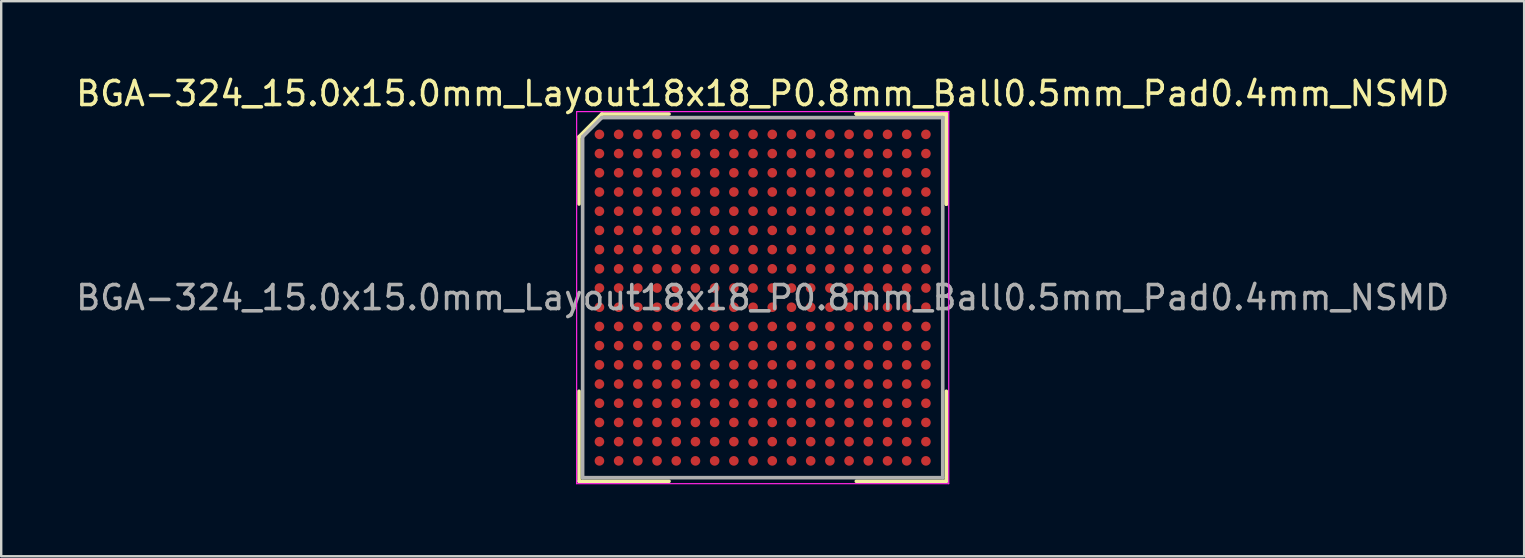
<source format=kicad_pcb>
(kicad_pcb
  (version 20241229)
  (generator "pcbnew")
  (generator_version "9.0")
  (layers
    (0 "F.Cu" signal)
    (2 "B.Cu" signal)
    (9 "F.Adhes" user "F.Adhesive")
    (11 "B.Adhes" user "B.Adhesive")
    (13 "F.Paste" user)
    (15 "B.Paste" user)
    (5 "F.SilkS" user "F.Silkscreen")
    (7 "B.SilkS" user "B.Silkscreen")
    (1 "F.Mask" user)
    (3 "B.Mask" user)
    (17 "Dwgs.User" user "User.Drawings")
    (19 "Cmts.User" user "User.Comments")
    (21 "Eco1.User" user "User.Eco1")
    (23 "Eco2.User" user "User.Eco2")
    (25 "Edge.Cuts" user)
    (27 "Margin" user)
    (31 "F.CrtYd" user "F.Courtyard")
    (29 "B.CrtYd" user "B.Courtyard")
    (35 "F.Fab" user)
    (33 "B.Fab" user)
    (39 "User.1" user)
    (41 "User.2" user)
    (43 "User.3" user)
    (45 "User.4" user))
  (footprint "BGA-324_15.0x15.0mm_Layout18x18_P0.8mm_Ball0.5mm_Pad0.4mm_NSMD"
    (layer "F.Cu")
    (at 28.72 9.348)
    (property "Reference" "BGA-324_15.0x15.0mm_Layout18x18_P0.8mm_Ball0.5mm_Pad0.4mm_NSMD" (at 0 -8.5 0) (layer "F.SilkS") (effects (font (size 1 1) (thickness 0.15))))
    (attr smd)
    (fp_line (start -7.65 -6.7) (end -7.65 -3.9) (stroke (width 0.15) (type solid)) (layer "F.SilkS"))
    (fp_line (start -7.65 7.65) (end -7.65 3.9) (stroke (width 0.15) (type solid)) (layer "F.SilkS"))
    (fp_line (start -6.7 -7.65) (end -7.65 -6.7) (stroke (width 0.15) (type solid)) (layer "F.SilkS"))
    (fp_line (start -3.9 -7.65) (end -6.7 -7.65) (stroke (width 0.15) (type solid)) (layer "F.SilkS"))
    (fp_line (start -3.9 7.65) (end -7.65 7.65) (stroke (width 0.15) (type solid)) (layer "F.SilkS"))
    (fp_line (start 3.9 -7.65) (end 7.65 -7.65) (stroke (width 0.15) (type solid)) (layer "F.SilkS"))
    (fp_line (start 3.9 -7.65) (end 7.65 -7.65) (stroke (width 0.15) (type solid)) (layer "F.SilkS"))
    (fp_line (start 3.9 -7.65) (end 7.65 -7.65) (stroke (width 0.15) (type solid)) (layer "F.SilkS"))
    (fp_line (start 3.9 7.65) (end 7.65 7.65) (stroke (width 0.15) (type solid)) (layer "F.SilkS"))
    (fp_line (start 7.65 -7.65) (end 7.65 -3.9) (stroke (width 0.15) (type solid)) (layer "F.SilkS"))
    (fp_line (start 7.65 -7.65) (end 7.65 -3.9) (stroke (width 0.15) (type solid)) (layer "F.SilkS"))
    (fp_line (start 7.65 -7.65) (end 7.65 -3.9) (stroke (width 0.15) (type solid)) (layer "F.SilkS"))
    (fp_line (start 7.65 7.65) (end 7.65 3.9) (stroke (width 0.15) (type solid)) (layer "F.SilkS"))
    (fp_line (start -7.75 -7.75) (end 7.75 -7.75) (stroke (width 0.05) (type solid)) (layer "F.CrtYd"))
    (fp_line (start -7.75 7.75) (end -7.75 -7.75) (stroke (width 0.05) (type solid)) (layer "F.CrtYd"))
    (fp_line (start 7.75 -7.75) (end 7.75 7.75) (stroke (width 0.05) (type solid)) (layer "F.CrtYd"))
    (fp_line (start 7.75 7.75) (end -7.75 7.75) (stroke (width 0.05) (type solid)) (layer "F.CrtYd"))
    (fp_line (start -7.5 -6.7) (end -7.5 7.5) (stroke (width 0.15) (type solid)) (layer "F.Fab"))
    (fp_line (start -7.5 7.5) (end 7.5 7.5) (stroke (width 0.15) (type solid)) (layer "F.Fab"))
    (fp_line (start -6.7 -7.5) (end -7.5 -6.7) (stroke (width 0.15) (type solid)) (layer "F.Fab"))
    (fp_line (start 7.5 -7.5) (end -6.7 -7.5) (stroke (width 0.15) (type solid)) (layer "F.Fab"))
    (fp_line (start 7.5 7.5) (end 7.5 -7.5) (stroke (width 0.15) (type solid)) (layer "F.Fab"))
    (fp_text user "${REFERENCE}" (at 0 0 0) (layer "F.Fab") (effects (font (size 1 1) (thickness 0.15))))
    (pad "A1" smd circle (at -6.8 -6.8) (size 0.4 0.4) (layers "F.Cu" "F.Mask" "F.Paste"))
    (pad "A2" smd circle (at -6 -6.8) (size 0.4 0.4) (layers "F.Cu" "F.Mask" "F.Paste"))
    (pad "A3" smd circle (at -5.2 -6.8) (size 0.4 0.4) (layers "F.Cu" "F.Mask" "F.Paste"))
    (pad "A4" smd circle (at -4.4 -6.8) (size 0.4 0.4) (layers "F.Cu" "F.Mask" "F.Paste"))
    (pad "A5" smd circle (at -3.6 -6.8) (size 0.4 0.4) (layers "F.Cu" "F.Mask" "F.Paste"))
    (pad "A6" smd circle (at -2.8 -6.8) (size 0.4 0.4) (layers "F.Cu" "F.Mask" "F.Paste"))
    (pad "A7" smd circle (at -2 -6.8) (size 0.4 0.4) (layers "F.Cu" "F.Mask" "F.Paste"))
    (pad "A8" smd circle (at -1.2 -6.8) (size 0.4 0.4) (layers "F.Cu" "F.Mask" "F.Paste"))
    (pad "A9" smd circle (at -0.4 -6.8) (size 0.4 0.4) (layers "F.Cu" "F.Mask" "F.Paste"))
    (pad "A10" smd circle (at 0.4 -6.8) (size 0.4 0.4) (layers "F.Cu" "F.Mask" "F.Paste"))
    (pad "A11" smd circle (at 1.2 -6.8) (size 0.4 0.4) (layers "F.Cu" "F.Mask" "F.Paste"))
    (pad "A12" smd circle (at 2 -6.8) (size 0.4 0.4) (layers "F.Cu" "F.Mask" "F.Paste"))
    (pad "A13" smd circle (at 2.8 -6.8) (size 0.4 0.4) (layers "F.Cu" "F.Mask" "F.Paste"))
    (pad "A14" smd circle (at 3.6 -6.8) (size 0.4 0.4) (layers "F.Cu" "F.Mask" "F.Paste"))
    (pad "A15" smd circle (at 4.4 -6.8) (size 0.4 0.4) (layers "F.Cu" "F.Mask" "F.Paste"))
    (pad "A16" smd circle (at 5.2 -6.8) (size 0.4 0.4) (layers "F.Cu" "F.Mask" "F.Paste"))
    (pad "A17" smd circle (at 6 -6.8) (size 0.4 0.4) (layers "F.Cu" "F.Mask" "F.Paste"))
    (pad "A18" smd circle (at 6.8 -6.8) (size 0.4 0.4) (layers "F.Cu" "F.Mask" "F.Paste"))
    (pad "B1" smd circle (at -6.8 -6) (size 0.4 0.4) (layers "F.Cu" "F.Mask" "F.Paste"))
    (pad "B2" smd circle (at -6 -6) (size 0.4 0.4) (layers "F.Cu" "F.Mask" "F.Paste"))
    (pad "B3" smd circle (at -5.2 -6) (size 0.4 0.4) (layers "F.Cu" "F.Mask" "F.Paste"))
    (pad "B4" smd circle (at -4.4 -6) (size 0.4 0.4) (layers "F.Cu" "F.Mask" "F.Paste"))
    (pad "B5" smd circle (at -3.6 -6) (size 0.4 0.4) (layers "F.Cu" "F.Mask" "F.Paste"))
    (pad "B6" smd circle (at -2.8 -6) (size 0.4 0.4) (layers "F.Cu" "F.Mask" "F.Paste"))
    (pad "B7" smd circle (at -2 -6) (size 0.4 0.4) (layers "F.Cu" "F.Mask" "F.Paste"))
    (pad "B8" smd circle (at -1.2 -6) (size 0.4 0.4) (layers "F.Cu" "F.Mask" "F.Paste"))
    (pad "B9" smd circle (at -0.4 -6) (size 0.4 0.4) (layers "F.Cu" "F.Mask" "F.Paste"))
    (pad "B10" smd circle (at 0.4 -6) (size 0.4 0.4) (layers "F.Cu" "F.Mask" "F.Paste"))
    (pad "B11" smd circle (at 1.2 -6) (size 0.4 0.4) (layers "F.Cu" "F.Mask" "F.Paste"))
    (pad "B12" smd circle (at 2 -6) (size 0.4 0.4) (layers "F.Cu" "F.Mask" "F.Paste"))
    (pad "B13" smd circle (at 2.8 -6) (size 0.4 0.4) (layers "F.Cu" "F.Mask" "F.Paste"))
    (pad "B14" smd circle (at 3.6 -6) (size 0.4 0.4) (layers "F.Cu" "F.Mask" "F.Paste"))
    (pad "B15" smd circle (at 4.4 -6) (size 0.4 0.4) (layers "F.Cu" "F.Mask" "F.Paste"))
    (pad "B16" smd circle (at 5.2 -6) (size 0.4 0.4) (layers "F.Cu" "F.Mask" "F.Paste"))
    (pad "B17" smd circle (at 6 -6) (size 0.4 0.4) (layers "F.Cu" "F.Mask" "F.Paste"))
    (pad "B18" smd circle (at 6.8 -6) (size 0.4 0.4) (layers "F.Cu" "F.Mask" "F.Paste"))
    (pad "C1" smd circle (at -6.8 -5.2) (size 0.4 0.4) (layers "F.Cu" "F.Mask" "F.Paste"))
    (pad "C2" smd circle (at -6 -5.2) (size 0.4 0.4) (layers "F.Cu" "F.Mask" "F.Paste"))
    (pad "C3" smd circle (at -5.2 -5.2) (size 0.4 0.4) (layers "F.Cu" "F.Mask" "F.Paste"))
    (pad "C4" smd circle (at -4.4 -5.2) (size 0.4 0.4) (layers "F.Cu" "F.Mask" "F.Paste"))
    (pad "C5" smd circle (at -3.6 -5.2) (size 0.4 0.4) (layers "F.Cu" "F.Mask" "F.Paste"))
    (pad "C6" smd circle (at -2.8 -5.2) (size 0.4 0.4) (layers "F.Cu" "F.Mask" "F.Paste"))
    (pad "C7" smd circle (at -2 -5.2) (size 0.4 0.4) (layers "F.Cu" "F.Mask" "F.Paste"))
    (pad "C8" smd circle (at -1.2 -5.2) (size 0.4 0.4) (layers "F.Cu" "F.Mask" "F.Paste"))
    (pad "C9" smd circle (at -0.4 -5.2) (size 0.4 0.4) (layers "F.Cu" "F.Mask" "F.Paste"))
    (pad "C10" smd circle (at 0.4 -5.2) (size 0.4 0.4) (layers "F.Cu" "F.Mask" "F.Paste"))
    (pad "C11" smd circle (at 1.2 -5.2) (size 0.4 0.4) (layers "F.Cu" "F.Mask" "F.Paste"))
    (pad "C12" smd circle (at 2 -5.2) (size 0.4 0.4) (layers "F.Cu" "F.Mask" "F.Paste"))
    (pad "C13" smd circle (at 2.8 -5.2) (size 0.4 0.4) (layers "F.Cu" "F.Mask" "F.Paste"))
    (pad "C14" smd circle (at 3.6 -5.2) (size 0.4 0.4) (layers "F.Cu" "F.Mask" "F.Paste"))
    (pad "C15" smd circle (at 4.4 -5.2) (size 0.4 0.4) (layers "F.Cu" "F.Mask" "F.Paste"))
    (pad "C16" smd circle (at 5.2 -5.2) (size 0.4 0.4) (layers "F.Cu" "F.Mask" "F.Paste"))
    (pad "C17" smd circle (at 6 -5.2) (size 0.4 0.4) (layers "F.Cu" "F.Mask" "F.Paste"))
    (pad "C18" smd circle (at 6.8 -5.2) (size 0.4 0.4) (layers "F.Cu" "F.Mask" "F.Paste"))
    (pad "D1" smd circle (at -6.8 -4.4) (size 0.4 0.4) (layers "F.Cu" "F.Mask" "F.Paste"))
    (pad "D2" smd circle (at -6 -4.4) (size 0.4 0.4) (layers "F.Cu" "F.Mask" "F.Paste"))
    (pad "D3" smd circle (at -5.2 -4.4) (size 0.4 0.4) (layers "F.Cu" "F.Mask" "F.Paste"))
    (pad "D4" smd circle (at -4.4 -4.4) (size 0.4 0.4) (layers "F.Cu" "F.Mask" "F.Paste"))
    (pad "D5" smd circle (at -3.6 -4.4) (size 0.4 0.4) (layers "F.Cu" "F.Mask" "F.Paste"))
    (pad "D6" smd circle (at -2.8 -4.4) (size 0.4 0.4) (layers "F.Cu" "F.Mask" "F.Paste"))
    (pad "D7" smd circle (at -2 -4.4) (size 0.4 0.4) (layers "F.Cu" "F.Mask" "F.Paste"))
    (pad "D8" smd circle (at -1.2 -4.4) (size 0.4 0.4) (layers "F.Cu" "F.Mask" "F.Paste"))
    (pad "D9" smd circle (at -0.4 -4.4) (size 0.4 0.4) (layers "F.Cu" "F.Mask" "F.Paste"))
    (pad "D10" smd circle (at 0.4 -4.4) (size 0.4 0.4) (layers "F.Cu" "F.Mask" "F.Paste"))
    (pad "D11" smd circle (at 1.2 -4.4) (size 0.4 0.4) (layers "F.Cu" "F.Mask" "F.Paste"))
    (pad "D12" smd circle (at 2 -4.4) (size 0.4 0.4) (layers "F.Cu" "F.Mask" "F.Paste"))
    (pad "D13" smd circle (at 2.8 -4.4) (size 0.4 0.4) (layers "F.Cu" "F.Mask" "F.Paste"))
    (pad "D14" smd circle (at 3.6 -4.4) (size 0.4 0.4) (layers "F.Cu" "F.Mask" "F.Paste"))
    (pad "D15" smd circle (at 4.4 -4.4) (size 0.4 0.4) (layers "F.Cu" "F.Mask" "F.Paste"))
    (pad "D16" smd circle (at 5.2 -4.4) (size 0.4 0.4) (layers "F.Cu" "F.Mask" "F.Paste"))
    (pad "D17" smd circle (at 6 -4.4) (size 0.4 0.4) (layers "F.Cu" "F.Mask" "F.Paste"))
    (pad "D18" smd circle (at 6.8 -4.4) (size 0.4 0.4) (layers "F.Cu" "F.Mask" "F.Paste"))
    (pad "E1" smd circle (at -6.8 -3.6) (size 0.4 0.4) (layers "F.Cu" "F.Mask" "F.Paste"))
    (pad "E2" smd circle (at -6 -3.6) (size 0.4 0.4) (layers "F.Cu" "F.Mask" "F.Paste"))
    (pad "E3" smd circle (at -5.2 -3.6) (size 0.4 0.4) (layers "F.Cu" "F.Mask" "F.Paste"))
    (pad "E4" smd circle (at -4.4 -3.6) (size 0.4 0.4) (layers "F.Cu" "F.Mask" "F.Paste"))
    (pad "E5" smd circle (at -3.6 -3.6) (size 0.4 0.4) (layers "F.Cu" "F.Mask" "F.Paste"))
    (pad "E6" smd circle (at -2.8 -3.6) (size 0.4 0.4) (layers "F.Cu" "F.Mask" "F.Paste"))
    (pad "E7" smd circle (at -2 -3.6) (size 0.4 0.4) (layers "F.Cu" "F.Mask" "F.Paste"))
    (pad "E8" smd circle (at -1.2 -3.6) (size 0.4 0.4) (layers "F.Cu" "F.Mask" "F.Paste"))
    (pad "E9" smd circle (at -0.4 -3.6) (size 0.4 0.4) (layers "F.Cu" "F.Mask" "F.Paste"))
    (pad "E10" smd circle (at 0.4 -3.6) (size 0.4 0.4) (layers "F.Cu" "F.Mask" "F.Paste"))
    (pad "E11" smd circle (at 1.2 -3.6) (size 0.4 0.4) (layers "F.Cu" "F.Mask" "F.Paste"))
    (pad "E12" smd circle (at 2 -3.6) (size 0.4 0.4) (layers "F.Cu" "F.Mask" "F.Paste"))
    (pad "E13" smd circle (at 2.8 -3.6) (size 0.4 0.4) (layers "F.Cu" "F.Mask" "F.Paste"))
    (pad "E14" smd circle (at 3.6 -3.6) (size 0.4 0.4) (layers "F.Cu" "F.Mask" "F.Paste"))
    (pad "E15" smd circle (at 4.4 -3.6) (size 0.4 0.4) (layers "F.Cu" "F.Mask" "F.Paste"))
    (pad "E16" smd circle (at 5.2 -3.6) (size 0.4 0.4) (layers "F.Cu" "F.Mask" "F.Paste"))
    (pad "E17" smd circle (at 6 -3.6) (size 0.4 0.4) (layers "F.Cu" "F.Mask" "F.Paste"))
    (pad "E18" smd circle (at 6.8 -3.6) (size 0.4 0.4) (layers "F.Cu" "F.Mask" "F.Paste"))
    (pad "F1" smd circle (at -6.8 -2.8) (size 0.4 0.4) (layers "F.Cu" "F.Mask" "F.Paste"))
    (pad "F2" smd circle (at -6 -2.8) (size 0.4 0.4) (layers "F.Cu" "F.Mask" "F.Paste"))
    (pad "F3" smd circle (at -5.2 -2.8) (size 0.4 0.4) (layers "F.Cu" "F.Mask" "F.Paste"))
    (pad "F4" smd circle (at -4.4 -2.8) (size 0.4 0.4) (layers "F.Cu" "F.Mask" "F.Paste"))
    (pad "F5" smd circle (at -3.6 -2.8) (size 0.4 0.4) (layers "F.Cu" "F.Mask" "F.Paste"))
    (pad "F6" smd circle (at -2.8 -2.8) (size 0.4 0.4) (layers "F.Cu" "F.Mask" "F.Paste"))
    (pad "F7" smd circle (at -2 -2.8) (size 0.4 0.4) (layers "F.Cu" "F.Mask" "F.Paste"))
    (pad "F8" smd circle (at -1.2 -2.8) (size 0.4 0.4) (layers "F.Cu" "F.Mask" "F.Paste"))
    (pad "F9" smd circle (at -0.4 -2.8) (size 0.4 0.4) (layers "F.Cu" "F.Mask" "F.Paste"))
    (pad "F10" smd circle (at 0.4 -2.8) (size 0.4 0.4) (layers "F.Cu" "F.Mask" "F.Paste"))
    (pad "F11" smd circle (at 1.2 -2.8) (size 0.4 0.4) (layers "F.Cu" "F.Mask" "F.Paste"))
    (pad "F12" smd circle (at 2 -2.8) (size 0.4 0.4) (layers "F.Cu" "F.Mask" "F.Paste"))
    (pad "F13" smd circle (at 2.8 -2.8) (size 0.4 0.4) (layers "F.Cu" "F.Mask" "F.Paste"))
    (pad "F14" smd circle (at 3.6 -2.8) (size 0.4 0.4) (layers "F.Cu" "F.Mask" "F.Paste"))
    (pad "F15" smd circle (at 4.4 -2.8) (size 0.4 0.4) (layers "F.Cu" "F.Mask" "F.Paste"))
    (pad "F16" smd circle (at 5.2 -2.8) (size 0.4 0.4) (layers "F.Cu" "F.Mask" "F.Paste"))
    (pad "F17" smd circle (at 6 -2.8) (size 0.4 0.4) (layers "F.Cu" "F.Mask" "F.Paste"))
    (pad "F18" smd circle (at 6.8 -2.8) (size 0.4 0.4) (layers "F.Cu" "F.Mask" "F.Paste"))
    (pad "G1" smd circle (at -6.8 -2) (size 0.4 0.4) (layers "F.Cu" "F.Mask" "F.Paste"))
    (pad "G2" smd circle (at -6 -2) (size 0.4 0.4) (layers "F.Cu" "F.Mask" "F.Paste"))
    (pad "G3" smd circle (at -5.2 -2) (size 0.4 0.4) (layers "F.Cu" "F.Mask" "F.Paste"))
    (pad "G4" smd circle (at -4.4 -2) (size 0.4 0.4) (layers "F.Cu" "F.Mask" "F.Paste"))
    (pad "G5" smd circle (at -3.6 -2) (size 0.4 0.4) (layers "F.Cu" "F.Mask" "F.Paste"))
    (pad "G6" smd circle (at -2.8 -2) (size 0.4 0.4) (layers "F.Cu" "F.Mask" "F.Paste"))
    (pad "G7" smd circle (at -2 -2) (size 0.4 0.4) (layers "F.Cu" "F.Mask" "F.Paste"))
    (pad "G8" smd circle (at -1.2 -2) (size 0.4 0.4) (layers "F.Cu" "F.Mask" "F.Paste"))
    (pad "G9" smd circle (at -0.4 -2) (size 0.4 0.4) (layers "F.Cu" "F.Mask" "F.Paste"))
    (pad "G10" smd circle (at 0.4 -2) (size 0.4 0.4) (layers "F.Cu" "F.Mask" "F.Paste"))
    (pad "G11" smd circle (at 1.2 -2) (size 0.4 0.4) (layers "F.Cu" "F.Mask" "F.Paste"))
    (pad "G12" smd circle (at 2 -2) (size 0.4 0.4) (layers "F.Cu" "F.Mask" "F.Paste"))
    (pad "G13" smd circle (at 2.8 -2) (size 0.4 0.4) (layers "F.Cu" "F.Mask" "F.Paste"))
    (pad "G14" smd circle (at 3.6 -2) (size 0.4 0.4) (layers "F.Cu" "F.Mask" "F.Paste"))
    (pad "G15" smd circle (at 4.4 -2) (size 0.4 0.4) (layers "F.Cu" "F.Mask" "F.Paste"))
    (pad "G16" smd circle (at 5.2 -2) (size 0.4 0.4) (layers "F.Cu" "F.Mask" "F.Paste"))
    (pad "G17" smd circle (at 6 -2) (size 0.4 0.4) (layers "F.Cu" "F.Mask" "F.Paste"))
    (pad "G18" smd circle (at 6.8 -2) (size 0.4 0.4) (layers "F.Cu" "F.Mask" "F.Paste"))
    (pad "H1" smd circle (at -6.8 -1.2) (size 0.4 0.4) (layers "F.Cu" "F.Mask" "F.Paste"))
    (pad "H2" smd circle (at -6 -1.2) (size 0.4 0.4) (layers "F.Cu" "F.Mask" "F.Paste"))
    (pad "H3" smd circle (at -5.2 -1.2) (size 0.4 0.4) (layers "F.Cu" "F.Mask" "F.Paste"))
    (pad "H4" smd circle (at -4.4 -1.2) (size 0.4 0.4) (layers "F.Cu" "F.Mask" "F.Paste"))
    (pad "H5" smd circle (at -3.6 -1.2) (size 0.4 0.4) (layers "F.Cu" "F.Mask" "F.Paste"))
    (pad "H6" smd circle (at -2.8 -1.2) (size 0.4 0.4) (layers "F.Cu" "F.Mask" "F.Paste"))
    (pad "H7" smd circle (at -2 -1.2) (size 0.4 0.4) (layers "F.Cu" "F.Mask" "F.Paste"))
    (pad "H8" smd circle (at -1.2 -1.2) (size 0.4 0.4) (layers "F.Cu" "F.Mask" "F.Paste"))
    (pad "H9" smd circle (at -0.4 -1.2) (size 0.4 0.4) (layers "F.Cu" "F.Mask" "F.Paste"))
    (pad "H10" smd circle (at 0.4 -1.2) (size 0.4 0.4) (layers "F.Cu" "F.Mask" "F.Paste"))
    (pad "H11" smd circle (at 1.2 -1.2) (size 0.4 0.4) (layers "F.Cu" "F.Mask" "F.Paste"))
    (pad "H12" smd circle (at 2 -1.2) (size 0.4 0.4) (layers "F.Cu" "F.Mask" "F.Paste"))
    (pad "H13" smd circle (at 2.8 -1.2) (size 0.4 0.4) (layers "F.Cu" "F.Mask" "F.Paste"))
    (pad "H14" smd circle (at 3.6 -1.2) (size 0.4 0.4) (layers "F.Cu" "F.Mask" "F.Paste"))
    (pad "H15" smd circle (at 4.4 -1.2) (size 0.4 0.4) (layers "F.Cu" "F.Mask" "F.Paste"))
    (pad "H16" smd circle (at 5.2 -1.2) (size 0.4 0.4) (layers "F.Cu" "F.Mask" "F.Paste"))
    (pad "H17" smd circle (at 6 -1.2) (size 0.4 0.4) (layers "F.Cu" "F.Mask" "F.Paste"))
    (pad "H18" smd circle (at 6.8 -1.2) (size 0.4 0.4) (layers "F.Cu" "F.Mask" "F.Paste"))
    (pad "J1" smd circle (at -6.8 -0.4) (size 0.4 0.4) (layers "F.Cu" "F.Mask" "F.Paste"))
    (pad "J2" smd circle (at -6 -0.4) (size 0.4 0.4) (layers "F.Cu" "F.Mask" "F.Paste"))
    (pad "J3" smd circle (at -5.2 -0.4) (size 0.4 0.4) (layers "F.Cu" "F.Mask" "F.Paste"))
    (pad "J4" smd circle (at -4.4 -0.4) (size 0.4 0.4) (layers "F.Cu" "F.Mask" "F.Paste"))
    (pad "J5" smd circle (at -3.6 -0.4) (size 0.4 0.4) (layers "F.Cu" "F.Mask" "F.Paste"))
    (pad "J6" smd circle (at -2.8 -0.4) (size 0.4 0.4) (layers "F.Cu" "F.Mask" "F.Paste"))
    (pad "J7" smd circle (at -2 -0.4) (size 0.4 0.4) (layers "F.Cu" "F.Mask" "F.Paste"))
    (pad "J8" smd circle (at -1.2 -0.4) (size 0.4 0.4) (layers "F.Cu" "F.Mask" "F.Paste"))
    (pad "J9" smd circle (at -0.4 -0.4) (size 0.4 0.4) (layers "F.Cu" "F.Mask" "F.Paste"))
    (pad "J10" smd circle (at 0.4 -0.4) (size 0.4 0.4) (layers "F.Cu" "F.Mask" "F.Paste"))
    (pad "J11" smd circle (at 1.2 -0.4) (size 0.4 0.4) (layers "F.Cu" "F.Mask" "F.Paste"))
    (pad "J12" smd circle (at 2 -0.4) (size 0.4 0.4) (layers "F.Cu" "F.Mask" "F.Paste"))
    (pad "J13" smd circle (at 2.8 -0.4) (size 0.4 0.4) (layers "F.Cu" "F.Mask" "F.Paste"))
    (pad "J14" smd circle (at 3.6 -0.4) (size 0.4 0.4) (layers "F.Cu" "F.Mask" "F.Paste"))
    (pad "J15" smd circle (at 4.4 -0.4) (size 0.4 0.4) (layers "F.Cu" "F.Mask" "F.Paste"))
    (pad "J16" smd circle (at 5.2 -0.4) (size 0.4 0.4) (layers "F.Cu" "F.Mask" "F.Paste"))
    (pad "J17" smd circle (at 6 -0.4) (size 0.4 0.4) (layers "F.Cu" "F.Mask" "F.Paste"))
    (pad "J18" smd circle (at 6.8 -0.4) (size 0.4 0.4) (layers "F.Cu" "F.Mask" "F.Paste"))
    (pad "K1" smd circle (at -6.8 0.4) (size 0.4 0.4) (layers "F.Cu" "F.Mask" "F.Paste"))
    (pad "K2" smd circle (at -6 0.4) (size 0.4 0.4) (layers "F.Cu" "F.Mask" "F.Paste"))
    (pad "K3" smd circle (at -5.2 0.4) (size 0.4 0.4) (layers "F.Cu" "F.Mask" "F.Paste"))
    (pad "K4" smd circle (at -4.4 0.4) (size 0.4 0.4) (layers "F.Cu" "F.Mask" "F.Paste"))
    (pad "K5" smd circle (at -3.6 0.4) (size 0.4 0.4) (layers "F.Cu" "F.Mask" "F.Paste"))
    (pad "K6" smd circle (at -2.8 0.4) (size 0.4 0.4) (layers "F.Cu" "F.Mask" "F.Paste"))
    (pad "K7" smd circle (at -2 0.4) (size 0.4 0.4) (layers "F.Cu" "F.Mask" "F.Paste"))
    (pad "K8" smd circle (at -1.2 0.4) (size 0.4 0.4) (layers "F.Cu" "F.Mask" "F.Paste"))
    (pad "K9" smd circle (at -0.4 0.4) (size 0.4 0.4) (layers "F.Cu" "F.Mask" "F.Paste"))
    (pad "K10" smd circle (at 0.4 0.4) (size 0.4 0.4) (layers "F.Cu" "F.Mask" "F.Paste"))
    (pad "K11" smd circle (at 1.2 0.4) (size 0.4 0.4) (layers "F.Cu" "F.Mask" "F.Paste"))
    (pad "K12" smd circle (at 2 0.4) (size 0.4 0.4) (layers "F.Cu" "F.Mask" "F.Paste"))
    (pad "K13" smd circle (at 2.8 0.4) (size 0.4 0.4) (layers "F.Cu" "F.Mask" "F.Paste"))
    (pad "K14" smd circle (at 3.6 0.4) (size 0.4 0.4) (layers "F.Cu" "F.Mask" "F.Paste"))
    (pad "K15" smd circle (at 4.4 0.4) (size 0.4 0.4) (layers "F.Cu" "F.Mask" "F.Paste"))
    (pad "K16" smd circle (at 5.2 0.4) (size 0.4 0.4) (layers "F.Cu" "F.Mask" "F.Paste"))
    (pad "K17" smd circle (at 6 0.4) (size 0.4 0.4) (layers "F.Cu" "F.Mask" "F.Paste"))
    (pad "K18" smd circle (at 6.8 0.4) (size 0.4 0.4) (layers "F.Cu" "F.Mask" "F.Paste"))
    (pad "L1" smd circle (at -6.8 1.2) (size 0.4 0.4) (layers "F.Cu" "F.Mask" "F.Paste"))
    (pad "L2" smd circle (at -6 1.2) (size 0.4 0.4) (layers "F.Cu" "F.Mask" "F.Paste"))
    (pad "L3" smd circle (at -5.2 1.2) (size 0.4 0.4) (layers "F.Cu" "F.Mask" "F.Paste"))
    (pad "L4" smd circle (at -4.4 1.2) (size 0.4 0.4) (layers "F.Cu" "F.Mask" "F.Paste"))
    (pad "L5" smd circle (at -3.6 1.2) (size 0.4 0.4) (layers "F.Cu" "F.Mask" "F.Paste"))
    (pad "L6" smd circle (at -2.8 1.2) (size 0.4 0.4) (layers "F.Cu" "F.Mask" "F.Paste"))
    (pad "L7" smd circle (at -2 1.2) (size 0.4 0.4) (layers "F.Cu" "F.Mask" "F.Paste"))
    (pad "L8" smd circle (at -1.2 1.2) (size 0.4 0.4) (layers "F.Cu" "F.Mask" "F.Paste"))
    (pad "L9" smd circle (at -0.4 1.2) (size 0.4 0.4) (layers "F.Cu" "F.Mask" "F.Paste"))
    (pad "L10" smd circle (at 0.4 1.2) (size 0.4 0.4) (layers "F.Cu" "F.Mask" "F.Paste"))
    (pad "L11" smd circle (at 1.2 1.2) (size 0.4 0.4) (layers "F.Cu" "F.Mask" "F.Paste"))
    (pad "L12" smd circle (at 2 1.2) (size 0.4 0.4) (layers "F.Cu" "F.Mask" "F.Paste"))
    (pad "L13" smd circle (at 2.8 1.2) (size 0.4 0.4) (layers "F.Cu" "F.Mask" "F.Paste"))
    (pad "L14" smd circle (at 3.6 1.2) (size 0.4 0.4) (layers "F.Cu" "F.Mask" "F.Paste"))
    (pad "L15" smd circle (at 4.4 1.2) (size 0.4 0.4) (layers "F.Cu" "F.Mask" "F.Paste"))
    (pad "L16" smd circle (at 5.2 1.2) (size 0.4 0.4) (layers "F.Cu" "F.Mask" "F.Paste"))
    (pad "L17" smd circle (at 6 1.2) (size 0.4 0.4) (layers "F.Cu" "F.Mask" "F.Paste"))
    (pad "L18" smd circle (at 6.8 1.2) (size 0.4 0.4) (layers "F.Cu" "F.Mask" "F.Paste"))
    (pad "M1" smd circle (at -6.8 2) (size 0.4 0.4) (layers "F.Cu" "F.Mask" "F.Paste"))
    (pad "M2" smd circle (at -6 2) (size 0.4 0.4) (layers "F.Cu" "F.Mask" "F.Paste"))
    (pad "M3" smd circle (at -5.2 2) (size 0.4 0.4) (layers "F.Cu" "F.Mask" "F.Paste"))
    (pad "M4" smd circle (at -4.4 2) (size 0.4 0.4) (layers "F.Cu" "F.Mask" "F.Paste"))
    (pad "M5" smd circle (at -3.6 2) (size 0.4 0.4) (layers "F.Cu" "F.Mask" "F.Paste"))
    (pad "M6" smd circle (at -2.8 2) (size 0.4 0.4) (layers "F.Cu" "F.Mask" "F.Paste"))
    (pad "M7" smd circle (at -2 2) (size 0.4 0.4) (layers "F.Cu" "F.Mask" "F.Paste"))
    (pad "M8" smd circle (at -1.2 2) (size 0.4 0.4) (layers "F.Cu" "F.Mask" "F.Paste"))
    (pad "M9" smd circle (at -0.4 2) (size 0.4 0.4) (layers "F.Cu" "F.Mask" "F.Paste"))
    (pad "M10" smd circle (at 0.4 2) (size 0.4 0.4) (layers "F.Cu" "F.Mask" "F.Paste"))
    (pad "M11" smd circle (at 1.2 2) (size 0.4 0.4) (layers "F.Cu" "F.Mask" "F.Paste"))
    (pad "M12" smd circle (at 2 2) (size 0.4 0.4) (layers "F.Cu" "F.Mask" "F.Paste"))
    (pad "M13" smd circle (at 2.8 2) (size 0.4 0.4) (layers "F.Cu" "F.Mask" "F.Paste"))
    (pad "M14" smd circle (at 3.6 2) (size 0.4 0.4) (layers "F.Cu" "F.Mask" "F.Paste"))
    (pad "M15" smd circle (at 4.4 2) (size 0.4 0.4) (layers "F.Cu" "F.Mask" "F.Paste"))
    (pad "M16" smd circle (at 5.2 2) (size 0.4 0.4) (layers "F.Cu" "F.Mask" "F.Paste"))
    (pad "M17" smd circle (at 6 2) (size 0.4 0.4) (layers "F.Cu" "F.Mask" "F.Paste"))
    (pad "M18" smd circle (at 6.8 2) (size 0.4 0.4) (layers "F.Cu" "F.Mask" "F.Paste"))
    (pad "N1" smd circle (at -6.8 2.8) (size 0.4 0.4) (layers "F.Cu" "F.Mask" "F.Paste"))
    (pad "N2" smd circle (at -6 2.8) (size 0.4 0.4) (layers "F.Cu" "F.Mask" "F.Paste"))
    (pad "N3" smd circle (at -5.2 2.8) (size 0.4 0.4) (layers "F.Cu" "F.Mask" "F.Paste"))
    (pad "N4" smd circle (at -4.4 2.8) (size 0.4 0.4) (layers "F.Cu" "F.Mask" "F.Paste"))
    (pad "N5" smd circle (at -3.6 2.8) (size 0.4 0.4) (layers "F.Cu" "F.Mask" "F.Paste"))
    (pad "N6" smd circle (at -2.8 2.8) (size 0.4 0.4) (layers "F.Cu" "F.Mask" "F.Paste"))
    (pad "N7" smd circle (at -2 2.8) (size 0.4 0.4) (layers "F.Cu" "F.Mask" "F.Paste"))
    (pad "N8" smd circle (at -1.2 2.8) (size 0.4 0.4) (layers "F.Cu" "F.Mask" "F.Paste"))
    (pad "N9" smd circle (at -0.4 2.8) (size 0.4 0.4) (layers "F.Cu" "F.Mask" "F.Paste"))
    (pad "N10" smd circle (at 0.4 2.8) (size 0.4 0.4) (layers "F.Cu" "F.Mask" "F.Paste"))
    (pad "N11" smd circle (at 1.2 2.8) (size 0.4 0.4) (layers "F.Cu" "F.Mask" "F.Paste"))
    (pad "N12" smd circle (at 2 2.8) (size 0.4 0.4) (layers "F.Cu" "F.Mask" "F.Paste"))
    (pad "N13" smd circle (at 2.8 2.8) (size 0.4 0.4) (layers "F.Cu" "F.Mask" "F.Paste"))
    (pad "N14" smd circle (at 3.6 2.8) (size 0.4 0.4) (layers "F.Cu" "F.Mask" "F.Paste"))
    (pad "N15" smd circle (at 4.4 2.8) (size 0.4 0.4) (layers "F.Cu" "F.Mask" "F.Paste"))
    (pad "N16" smd circle (at 5.2 2.8) (size 0.4 0.4) (layers "F.Cu" "F.Mask" "F.Paste"))
    (pad "N17" smd circle (at 6 2.8) (size 0.4 0.4) (layers "F.Cu" "F.Mask" "F.Paste"))
    (pad "N18" smd circle (at 6.8 2.8) (size 0.4 0.4) (layers "F.Cu" "F.Mask" "F.Paste"))
    (pad "P1" smd circle (at -6.8 3.6) (size 0.4 0.4) (layers "F.Cu" "F.Mask" "F.Paste"))
    (pad "P2" smd circle (at -6 3.6) (size 0.4 0.4) (layers "F.Cu" "F.Mask" "F.Paste"))
    (pad "P3" smd circle (at -5.2 3.6) (size 0.4 0.4) (layers "F.Cu" "F.Mask" "F.Paste"))
    (pad "P4" smd circle (at -4.4 3.6) (size 0.4 0.4) (layers "F.Cu" "F.Mask" "F.Paste"))
    (pad "P5" smd circle (at -3.6 3.6) (size 0.4 0.4) (layers "F.Cu" "F.Mask" "F.Paste"))
    (pad "P6" smd circle (at -2.8 3.6) (size 0.4 0.4) (layers "F.Cu" "F.Mask" "F.Paste"))
    (pad "P7" smd circle (at -2 3.6) (size 0.4 0.4) (layers "F.Cu" "F.Mask" "F.Paste"))
    (pad "P8" smd circle (at -1.2 3.6) (size 0.4 0.4) (layers "F.Cu" "F.Mask" "F.Paste"))
    (pad "P9" smd circle (at -0.4 3.6) (size 0.4 0.4) (layers "F.Cu" "F.Mask" "F.Paste"))
    (pad "P10" smd circle (at 0.4 3.6) (size 0.4 0.4) (layers "F.Cu" "F.Mask" "F.Paste"))
    (pad "P11" smd circle (at 1.2 3.6) (size 0.4 0.4) (layers "F.Cu" "F.Mask" "F.Paste"))
    (pad "P12" smd circle (at 2 3.6) (size 0.4 0.4) (layers "F.Cu" "F.Mask" "F.Paste"))
    (pad "P13" smd circle (at 2.8 3.6) (size 0.4 0.4) (layers "F.Cu" "F.Mask" "F.Paste"))
    (pad "P14" smd circle (at 3.6 3.6) (size 0.4 0.4) (layers "F.Cu" "F.Mask" "F.Paste"))
    (pad "P15" smd circle (at 4.4 3.6) (size 0.4 0.4) (layers "F.Cu" "F.Mask" "F.Paste"))
    (pad "P16" smd circle (at 5.2 3.6) (size 0.4 0.4) (layers "F.Cu" "F.Mask" "F.Paste"))
    (pad "P17" smd circle (at 6 3.6) (size 0.4 0.4) (layers "F.Cu" "F.Mask" "F.Paste"))
    (pad "P18" smd circle (at 6.8 3.6) (size 0.4 0.4) (layers "F.Cu" "F.Mask" "F.Paste"))
    (pad "R1" smd circle (at -6.8 4.4) (size 0.4 0.4) (layers "F.Cu" "F.Mask" "F.Paste"))
    (pad "R2" smd circle (at -6 4.4) (size 0.4 0.4) (layers "F.Cu" "F.Mask" "F.Paste"))
    (pad "R3" smd circle (at -5.2 4.4) (size 0.4 0.4) (layers "F.Cu" "F.Mask" "F.Paste"))
    (pad "R4" smd circle (at -4.4 4.4) (size 0.4 0.4) (layers "F.Cu" "F.Mask" "F.Paste"))
    (pad "R5" smd circle (at -3.6 4.4) (size 0.4 0.4) (layers "F.Cu" "F.Mask" "F.Paste"))
    (pad "R6" smd circle (at -2.8 4.4) (size 0.4 0.4) (layers "F.Cu" "F.Mask" "F.Paste"))
    (pad "R7" smd circle (at -2 4.4) (size 0.4 0.4) (layers "F.Cu" "F.Mask" "F.Paste"))
    (pad "R8" smd circle (at -1.2 4.4) (size 0.4 0.4) (layers "F.Cu" "F.Mask" "F.Paste"))
    (pad "R9" smd circle (at -0.4 4.4) (size 0.4 0.4) (layers "F.Cu" "F.Mask" "F.Paste"))
    (pad "R10" smd circle (at 0.4 4.4) (size 0.4 0.4) (layers "F.Cu" "F.Mask" "F.Paste"))
    (pad "R11" smd circle (at 1.2 4.4) (size 0.4 0.4) (layers "F.Cu" "F.Mask" "F.Paste"))
    (pad "R12" smd circle (at 2 4.4) (size 0.4 0.4) (layers "F.Cu" "F.Mask" "F.Paste"))
    (pad "R13" smd circle (at 2.8 4.4) (size 0.4 0.4) (layers "F.Cu" "F.Mask" "F.Paste"))
    (pad "R14" smd circle (at 3.6 4.4) (size 0.4 0.4) (layers "F.Cu" "F.Mask" "F.Paste"))
    (pad "R15" smd circle (at 4.4 4.4) (size 0.4 0.4) (layers "F.Cu" "F.Mask" "F.Paste"))
    (pad "R16" smd circle (at 5.2 4.4) (size 0.4 0.4) (layers "F.Cu" "F.Mask" "F.Paste"))
    (pad "R17" smd circle (at 6 4.4) (size 0.4 0.4) (layers "F.Cu" "F.Mask" "F.Paste"))
    (pad "R18" smd circle (at 6.8 4.4) (size 0.4 0.4) (layers "F.Cu" "F.Mask" "F.Paste"))
    (pad "T1" smd circle (at -6.8 5.2) (size 0.4 0.4) (layers "F.Cu" "F.Mask" "F.Paste"))
    (pad "T2" smd circle (at -6 5.2) (size 0.4 0.4) (layers "F.Cu" "F.Mask" "F.Paste"))
    (pad "T3" smd circle (at -5.2 5.2) (size 0.4 0.4) (layers "F.Cu" "F.Mask" "F.Paste"))
    (pad "T4" smd circle (at -4.4 5.2) (size 0.4 0.4) (layers "F.Cu" "F.Mask" "F.Paste"))
    (pad "T5" smd circle (at -3.6 5.2) (size 0.4 0.4) (layers "F.Cu" "F.Mask" "F.Paste"))
    (pad "T6" smd circle (at -2.8 5.2) (size 0.4 0.4) (layers "F.Cu" "F.Mask" "F.Paste"))
    (pad "T7" smd circle (at -2 5.2) (size 0.4 0.4) (layers "F.Cu" "F.Mask" "F.Paste"))
    (pad "T8" smd circle (at -1.2 5.2) (size 0.4 0.4) (layers "F.Cu" "F.Mask" "F.Paste"))
    (pad "T9" smd circle (at -0.4 5.2) (size 0.4 0.4) (layers "F.Cu" "F.Mask" "F.Paste"))
    (pad "T10" smd circle (at 0.4 5.2) (size 0.4 0.4) (layers "F.Cu" "F.Mask" "F.Paste"))
    (pad "T11" smd circle (at 1.2 5.2) (size 0.4 0.4) (layers "F.Cu" "F.Mask" "F.Paste"))
    (pad "T12" smd circle (at 2 5.2) (size 0.4 0.4) (layers "F.Cu" "F.Mask" "F.Paste"))
    (pad "T13" smd circle (at 2.8 5.2) (size 0.4 0.4) (layers "F.Cu" "F.Mask" "F.Paste"))
    (pad "T14" smd circle (at 3.6 5.2) (size 0.4 0.4) (layers "F.Cu" "F.Mask" "F.Paste"))
    (pad "T15" smd circle (at 4.4 5.2) (size 0.4 0.4) (layers "F.Cu" "F.Mask" "F.Paste"))
    (pad "T16" smd circle (at 5.2 5.2) (size 0.4 0.4) (layers "F.Cu" "F.Mask" "F.Paste"))
    (pad "T17" smd circle (at 6 5.2) (size 0.4 0.4) (layers "F.Cu" "F.Mask" "F.Paste"))
    (pad "T18" smd circle (at 6.8 5.2) (size 0.4 0.4) (layers "F.Cu" "F.Mask" "F.Paste"))
    (pad "U1" smd circle (at -6.8 6) (size 0.4 0.4) (layers "F.Cu" "F.Mask" "F.Paste"))
    (pad "U2" smd circle (at -6 6) (size 0.4 0.4) (layers "F.Cu" "F.Mask" "F.Paste"))
    (pad "U3" smd circle (at -5.2 6) (size 0.4 0.4) (layers "F.Cu" "F.Mask" "F.Paste"))
    (pad "U4" smd circle (at -4.4 6) (size 0.4 0.4) (layers "F.Cu" "F.Mask" "F.Paste"))
    (pad "U5" smd circle (at -3.6 6) (size 0.4 0.4) (layers "F.Cu" "F.Mask" "F.Paste"))
    (pad "U6" smd circle (at -2.8 6) (size 0.4 0.4) (layers "F.Cu" "F.Mask" "F.Paste"))
    (pad "U7" smd circle (at -2 6) (size 0.4 0.4) (layers "F.Cu" "F.Mask" "F.Paste"))
    (pad "U8" smd circle (at -1.2 6) (size 0.4 0.4) (layers "F.Cu" "F.Mask" "F.Paste"))
    (pad "U9" smd circle (at -0.4 6) (size 0.4 0.4) (layers "F.Cu" "F.Mask" "F.Paste"))
    (pad "U10" smd circle (at 0.4 6) (size 0.4 0.4) (layers "F.Cu" "F.Mask" "F.Paste"))
    (pad "U11" smd circle (at 1.2 6) (size 0.4 0.4) (layers "F.Cu" "F.Mask" "F.Paste"))
    (pad "U12" smd circle (at 2 6) (size 0.4 0.4) (layers "F.Cu" "F.Mask" "F.Paste"))
    (pad "U13" smd circle (at 2.8 6) (size 0.4 0.4) (layers "F.Cu" "F.Mask" "F.Paste"))
    (pad "U14" smd circle (at 3.6 6) (size 0.4 0.4) (layers "F.Cu" "F.Mask" "F.Paste"))
    (pad "U15" smd circle (at 4.4 6) (size 0.4 0.4) (layers "F.Cu" "F.Mask" "F.Paste"))
    (pad "U16" smd circle (at 5.2 6) (size 0.4 0.4) (layers "F.Cu" "F.Mask" "F.Paste"))
    (pad "U17" smd circle (at 6 6) (size 0.4 0.4) (layers "F.Cu" "F.Mask" "F.Paste"))
    (pad "U18" smd circle (at 6.8 6) (size 0.4 0.4) (layers "F.Cu" "F.Mask" "F.Paste"))
    (pad "V1" smd circle (at -6.8 6.8) (size 0.4 0.4) (layers "F.Cu" "F.Mask" "F.Paste"))
    (pad "V2" smd circle (at -6 6.8) (size 0.4 0.4) (layers "F.Cu" "F.Mask" "F.Paste"))
    (pad "V3" smd circle (at -5.2 6.8) (size 0.4 0.4) (layers "F.Cu" "F.Mask" "F.Paste"))
    (pad "V4" smd circle (at -4.4 6.8) (size 0.4 0.4) (layers "F.Cu" "F.Mask" "F.Paste"))
    (pad "V5" smd circle (at -3.6 6.8) (size 0.4 0.4) (layers "F.Cu" "F.Mask" "F.Paste"))
    (pad "V6" smd circle (at -2.8 6.8) (size 0.4 0.4) (layers "F.Cu" "F.Mask" "F.Paste"))
    (pad "V7" smd circle (at -2 6.8) (size 0.4 0.4) (layers "F.Cu" "F.Mask" "F.Paste"))
    (pad "V8" smd circle (at -1.2 6.8) (size 0.4 0.4) (layers "F.Cu" "F.Mask" "F.Paste"))
    (pad "V9" smd circle (at -0.4 6.8) (size 0.4 0.4) (layers "F.Cu" "F.Mask" "F.Paste"))
    (pad "V10" smd circle (at 0.4 6.8) (size 0.4 0.4) (layers "F.Cu" "F.Mask" "F.Paste"))
    (pad "V11" smd circle (at 1.2 6.8) (size 0.4 0.4) (layers "F.Cu" "F.Mask" "F.Paste"))
    (pad "V12" smd circle (at 2 6.8) (size 0.4 0.4) (layers "F.Cu" "F.Mask" "F.Paste"))
    (pad "V13" smd circle (at 2.8 6.8) (size 0.4 0.4) (layers "F.Cu" "F.Mask" "F.Paste"))
    (pad "V14" smd circle (at 3.6 6.8) (size 0.4 0.4) (layers "F.Cu" "F.Mask" "F.Paste"))
    (pad "V15" smd circle (at 4.4 6.8) (size 0.4 0.4) (layers "F.Cu" "F.Mask" "F.Paste"))
    (pad "V16" smd circle (at 5.2 6.8) (size 0.4 0.4) (layers "F.Cu" "F.Mask" "F.Paste"))
    (pad "V17" smd circle (at 6 6.8) (size 0.4 0.4) (layers "F.Cu" "F.Mask" "F.Paste"))
    (pad "V18" smd circle (at 6.8 6.8) (size 0.4 0.4) (layers "F.Cu" "F.Mask" "F.Paste")))
  (gr_rect
    (start -3 -3)
    (end 60.44 20.123)
    (stroke (width 0.1) (type default))
    (fill no)
    (layer "Edge.Cuts")))
</source>
